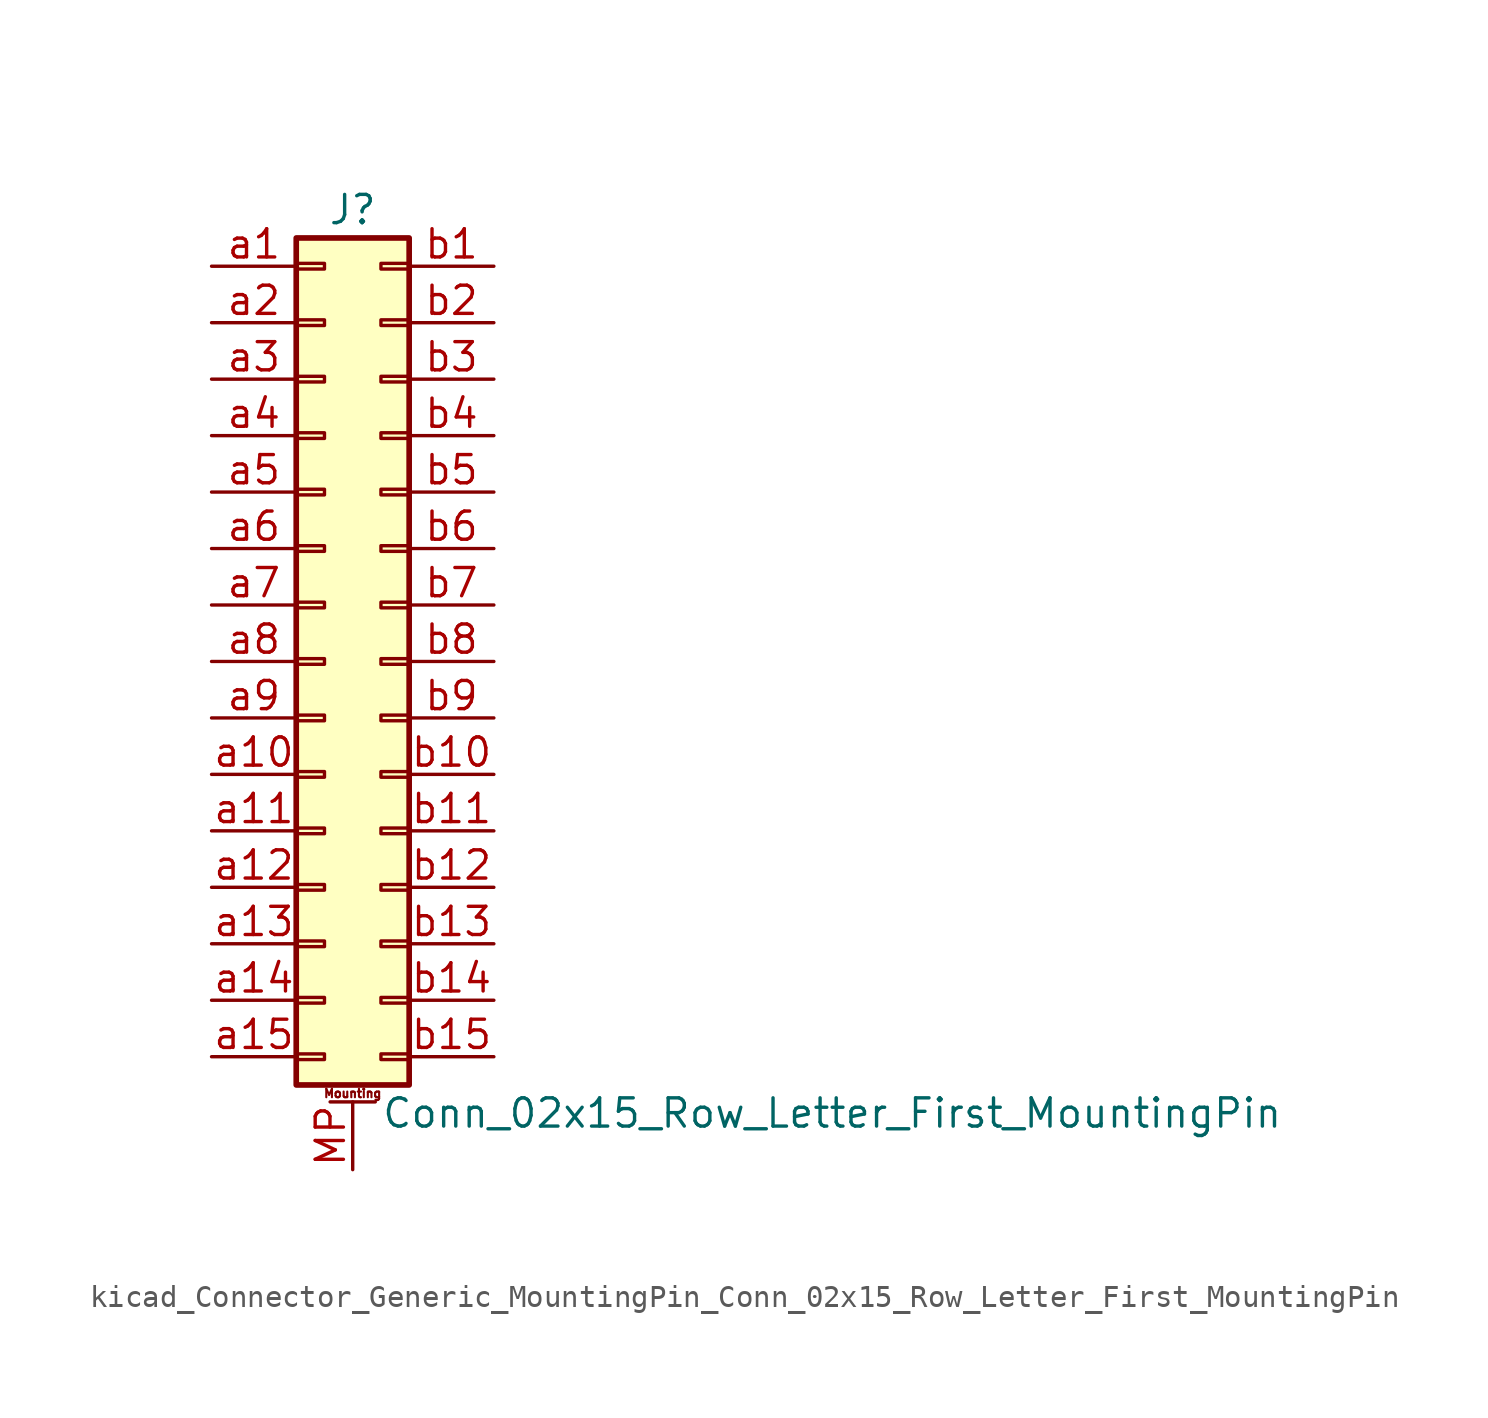
<source format=kicad_sym>
(kicad_symbol_lib
  (version 20220914)
  (generator kicad_symbol_editor)
  (symbol "kicad_Connector_Generic_MountingPin_Conn_02x15_Row_Letter_First_MountingPin"
    (pin_names
      (offset 1.016) hide)
    (property "Reference" "J"
      (at 1.27 20.32 0)
      (effects (font (size 1.27 1.27))))
    (property "Value" "Conn_02x15_Row_Letter_First_MountingPin"
      (at 2.54 -20.32 0)
      (effects (font (size 1.27 1.27)) (justify left)))
    (symbol "kicad_Connector_Generic_MountingPin_Conn_02x15_Row_Letter_First_MountingPin_1_1"
      (rectangle (start -1.27 -17.653) (end 0 -17.907) (stroke (width 0.152) (type default)) (fill (type none)))
      (rectangle (start -1.27 -15.113) (end 0 -15.367) (stroke (width 0.152) (type default)) (fill (type none)))
      (rectangle (start -1.27 -12.573) (end 0 -12.827) (stroke (width 0.152) (type default)) (fill (type none)))
      (rectangle (start -1.27 -10.033) (end 0 -10.287) (stroke (width 0.152) (type default)) (fill (type none)))
      (rectangle (start -1.27 -7.493) (end 0 -7.747) (stroke (width 0.152) (type default)) (fill (type none)))
      (rectangle (start -1.27 -4.953) (end 0 -5.207) (stroke (width 0.152) (type default)) (fill (type none)))
      (rectangle (start -1.27 -2.413) (end 0 -2.667) (stroke (width 0.152) (type default)) (fill (type none)))
      (rectangle (start -1.27 0.127) (end 0 -0.127) (stroke (width 0.152) (type default)) (fill (type none)))
      (rectangle (start -1.27 2.667) (end 0 2.413) (stroke (width 0.152) (type default)) (fill (type none)))
      (rectangle (start -1.27 5.207) (end 0 4.953) (stroke (width 0.152) (type default)) (fill (type none)))
      (rectangle (start -1.27 7.747) (end 0 7.493) (stroke (width 0.152) (type default)) (fill (type none)))
      (rectangle (start -1.27 10.287) (end 0 10.033) (stroke (width 0.152) (type default)) (fill (type none)))
      (rectangle (start -1.27 12.827) (end 0 12.573) (stroke (width 0.152) (type default)) (fill (type none)))
      (rectangle (start -1.27 15.367) (end 0 15.113) (stroke (width 0.152) (type default)) (fill (type none)))
      (rectangle (start -1.27 17.907) (end 0 17.653) (stroke (width 0.152) (type default)) (fill (type none)))
      (rectangle (start -1.27 19.05) (end 3.81 -19.05) (stroke (width 0.254) (type default)) (fill (type background)))
      (polyline (pts (xy 0.254 -19.812) (xy 2.286 -19.812)) (stroke (width 0.152) (type default)) (fill (type none)))
      (rectangle (start 3.81 -17.653) (end 2.54 -17.907) (stroke (width 0.152) (type default)) (fill (type none)))
      (rectangle (start 3.81 -15.113) (end 2.54 -15.367) (stroke (width 0.152) (type default)) (fill (type none)))
      (rectangle (start 3.81 -12.573) (end 2.54 -12.827) (stroke (width 0.152) (type default)) (fill (type none)))
      (rectangle (start 3.81 -10.033) (end 2.54 -10.287) (stroke (width 0.152) (type default)) (fill (type none)))
      (rectangle (start 3.81 -7.493) (end 2.54 -7.747) (stroke (width 0.152) (type default)) (fill (type none)))
      (rectangle (start 3.81 -4.953) (end 2.54 -5.207) (stroke (width 0.152) (type default)) (fill (type none)))
      (rectangle (start 3.81 -2.413) (end 2.54 -2.667) (stroke (width 0.152) (type default)) (fill (type none)))
      (rectangle (start 3.81 0.127) (end 2.54 -0.127) (stroke (width 0.152) (type default)) (fill (type none)))
      (rectangle (start 3.81 2.667) (end 2.54 2.413) (stroke (width 0.152) (type default)) (fill (type none)))
      (rectangle (start 3.81 5.207) (end 2.54 4.953) (stroke (width 0.152) (type default)) (fill (type none)))
      (rectangle (start 3.81 7.747) (end 2.54 7.493) (stroke (width 0.152) (type default)) (fill (type none)))
      (rectangle (start 3.81 10.287) (end 2.54 10.033) (stroke (width 0.152) (type default)) (fill (type none)))
      (rectangle (start 3.81 12.827) (end 2.54 12.573) (stroke (width 0.152) (type default)) (fill (type none)))
      (rectangle (start 3.81 15.367) (end 2.54 15.113) (stroke (width 0.152) (type default)) (fill (type none)))
      (rectangle (start 3.81 17.907) (end 2.54 17.653) (stroke (width 0.152) (type default)) (fill (type none)))
      (text "Mounting" (at 1.27 -19.431 0) (effects (font (size 0.381 0.381))))
      (pin passive line (at 1.27 -22.86 90) (length 3.048) (name "MountPin" (effects (font (size 1.27 1.27)))) (number "MP" (effects (font (size 1.27 1.27)))))
      (pin passive line (at -5.08 17.78 0) (length 3.81) (name "Pin_a1" (effects (font (size 1.27 1.27)))) (number "a1" (effects (font (size 1.27 1.27)))))
      (pin passive line (at -5.08 -5.08 0) (length 3.81) (name "Pin_a10" (effects (font (size 1.27 1.27)))) (number "a10" (effects (font (size 1.27 1.27)))))
      (pin passive line (at -5.08 -7.62 0) (length 3.81) (name "Pin_a11" (effects (font (size 1.27 1.27)))) (number "a11" (effects (font (size 1.27 1.27)))))
      (pin passive line (at -5.08 -10.16 0) (length 3.81) (name "Pin_a12" (effects (font (size 1.27 1.27)))) (number "a12" (effects (font (size 1.27 1.27)))))
      (pin passive line (at -5.08 -12.7 0) (length 3.81) (name "Pin_a13" (effects (font (size 1.27 1.27)))) (number "a13" (effects (font (size 1.27 1.27)))))
      (pin passive line (at -5.08 -15.24 0) (length 3.81) (name "Pin_a14" (effects (font (size 1.27 1.27)))) (number "a14" (effects (font (size 1.27 1.27)))))
      (pin passive line (at -5.08 -17.78 0) (length 3.81) (name "Pin_a15" (effects (font (size 1.27 1.27)))) (number "a15" (effects (font (size 1.27 1.27)))))
      (pin passive line (at -5.08 15.24 0) (length 3.81) (name "Pin_a2" (effects (font (size 1.27 1.27)))) (number "a2" (effects (font (size 1.27 1.27)))))
      (pin passive line (at -5.08 12.7 0) (length 3.81) (name "Pin_a3" (effects (font (size 1.27 1.27)))) (number "a3" (effects (font (size 1.27 1.27)))))
      (pin passive line (at -5.08 10.16 0) (length 3.81) (name "Pin_a4" (effects (font (size 1.27 1.27)))) (number "a4" (effects (font (size 1.27 1.27)))))
      (pin passive line (at -5.08 7.62 0) (length 3.81) (name "Pin_a5" (effects (font (size 1.27 1.27)))) (number "a5" (effects (font (size 1.27 1.27)))))
      (pin passive line (at -5.08 5.08 0) (length 3.81) (name "Pin_a6" (effects (font (size 1.27 1.27)))) (number "a6" (effects (font (size 1.27 1.27)))))
      (pin passive line (at -5.08 2.54 0) (length 3.81) (name "Pin_a7" (effects (font (size 1.27 1.27)))) (number "a7" (effects (font (size 1.27 1.27)))))
      (pin passive line (at -5.08 0 0) (length 3.81) (name "Pin_a8" (effects (font (size 1.27 1.27)))) (number "a8" (effects (font (size 1.27 1.27)))))
      (pin passive line (at -5.08 -2.54 0) (length 3.81) (name "Pin_a9" (effects (font (size 1.27 1.27)))) (number "a9" (effects (font (size 1.27 1.27)))))
      (pin passive line (at 7.62 17.78 180) (length 3.81) (name "Pin_b1" (effects (font (size 1.27 1.27)))) (number "b1" (effects (font (size 1.27 1.27)))))
      (pin passive line (at 7.62 -5.08 180) (length 3.81) (name "Pin_b10" (effects (font (size 1.27 1.27)))) (number "b10" (effects (font (size 1.27 1.27)))))
      (pin passive line (at 7.62 -7.62 180) (length 3.81) (name "Pin_b11" (effects (font (size 1.27 1.27)))) (number "b11" (effects (font (size 1.27 1.27)))))
      (pin passive line (at 7.62 -10.16 180) (length 3.81) (name "Pin_b12" (effects (font (size 1.27 1.27)))) (number "b12" (effects (font (size 1.27 1.27)))))
      (pin passive line (at 7.62 -12.7 180) (length 3.81) (name "Pin_b13" (effects (font (size 1.27 1.27)))) (number "b13" (effects (font (size 1.27 1.27)))))
      (pin passive line (at 7.62 -15.24 180) (length 3.81) (name "Pin_b14" (effects (font (size 1.27 1.27)))) (number "b14" (effects (font (size 1.27 1.27)))))
      (pin passive line (at 7.62 -17.78 180) (length 3.81) (name "Pin_b15" (effects (font (size 1.27 1.27)))) (number "b15" (effects (font (size 1.27 1.27)))))
      (pin passive line (at 7.62 15.24 180) (length 3.81) (name "Pin_b2" (effects (font (size 1.27 1.27)))) (number "b2" (effects (font (size 1.27 1.27)))))
      (pin passive line (at 7.62 12.7 180) (length 3.81) (name "Pin_b3" (effects (font (size 1.27 1.27)))) (number "b3" (effects (font (size 1.27 1.27)))))
      (pin passive line (at 7.62 10.16 180) (length 3.81) (name "Pin_b4" (effects (font (size 1.27 1.27)))) (number "b4" (effects (font (size 1.27 1.27)))))
      (pin passive line (at 7.62 7.62 180) (length 3.81) (name "Pin_b5" (effects (font (size 1.27 1.27)))) (number "b5" (effects (font (size 1.27 1.27)))))
      (pin passive line (at 7.62 5.08 180) (length 3.81) (name "Pin_b6" (effects (font (size 1.27 1.27)))) (number "b6" (effects (font (size 1.27 1.27)))))
      (pin passive line (at 7.62 2.54 180) (length 3.81) (name "Pin_b7" (effects (font (size 1.27 1.27)))) (number "b7" (effects (font (size 1.27 1.27)))))
      (pin passive line (at 7.62 0 180) (length 3.81) (name "Pin_b8" (effects (font (size 1.27 1.27)))) (number "b8" (effects (font (size 1.27 1.27)))))
      (pin passive line (at 7.62 -2.54 180) (length 3.81) (name "Pin_b9" (effects (font (size 1.27 1.27)))) (number "b9" (effects (font (size 1.27 1.27))))))))
</source>
